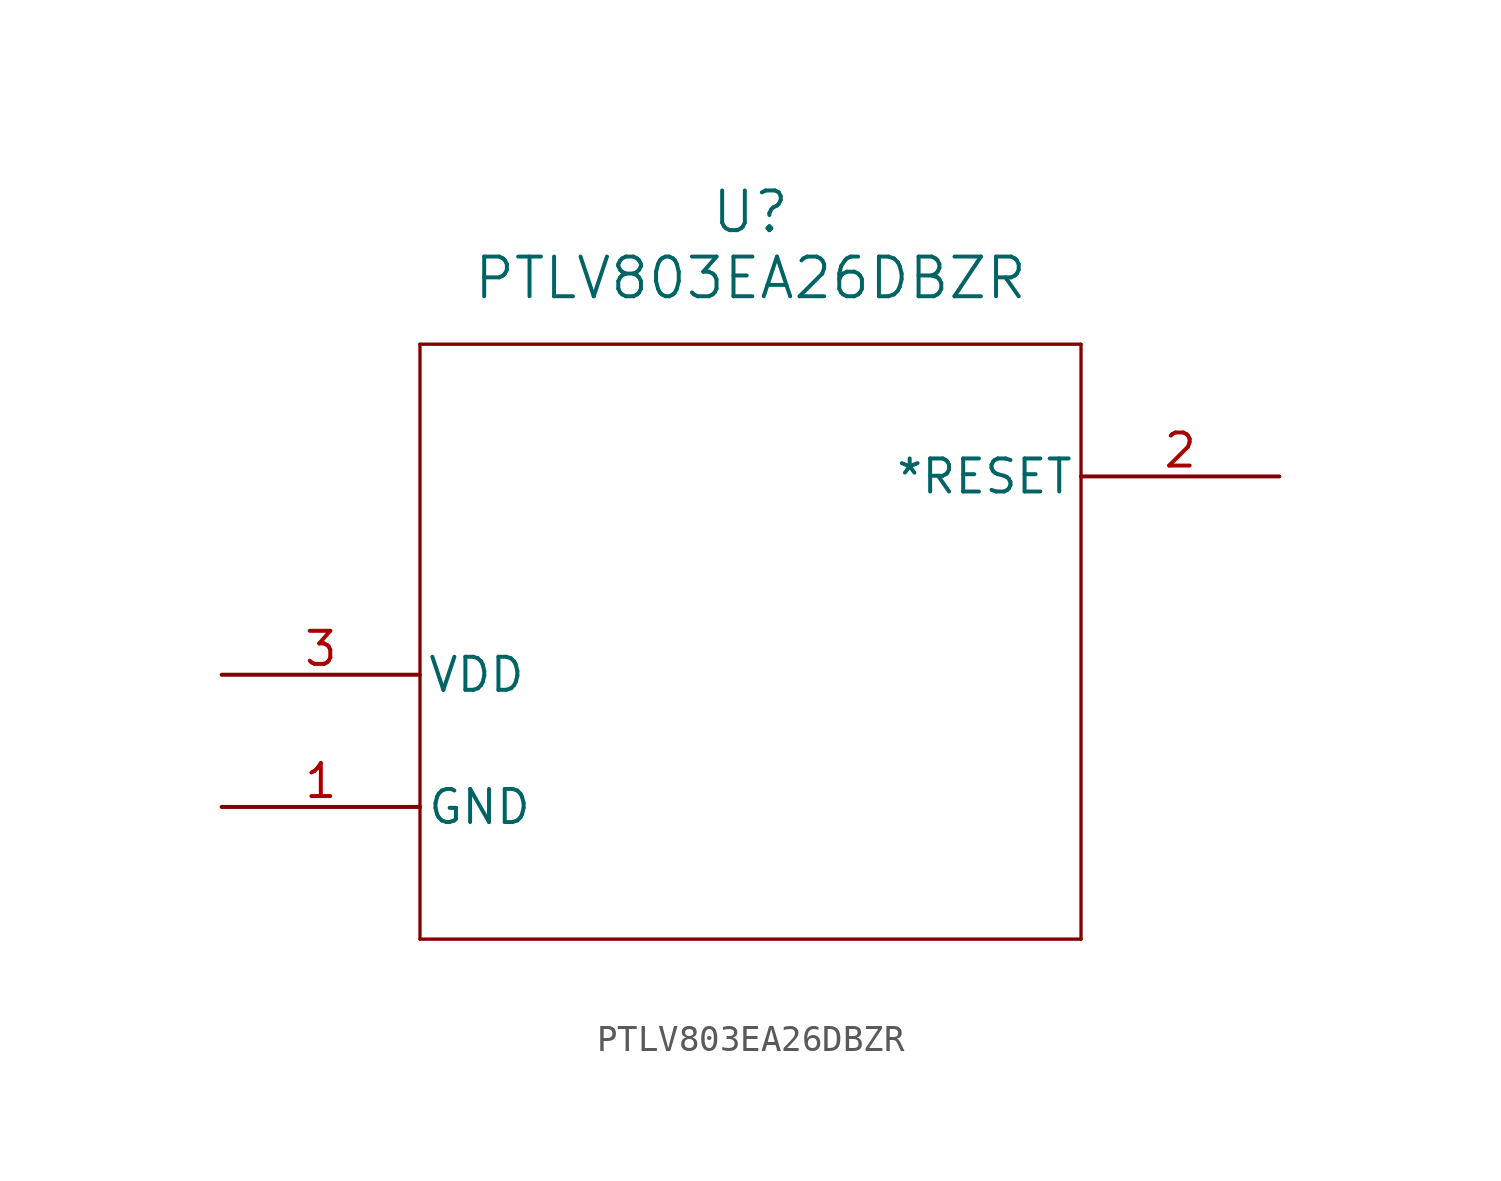
<source format=kicad_sym>
(kicad_symbol_lib
  (version 20211014)
  (generator kicad_symbol_editor)
  (symbol "PTLV803EA26DBZR"
    (pin_names
      (offset 0.254))
    (property "Reference" "U"
      (at 20.32 17.78 0)
      (effects (font (size 1.524 1.524))))
    (property "Value" "PTLV803EA26DBZR"
      (at 20.32 15.24 0)
      (effects (font (size 1.524 1.524))))
    (symbol "PTLV803EA26DBZR_0_1"
      (polyline (pts (xy 7.62 12.7) (xy 7.62 -10.16)) (stroke (width 0.127) (type default) (color 0 0 0 0)) (fill (type none)))
      (polyline (pts (xy 7.62 -10.16) (xy 33.02 -10.16)) (stroke (width 0.127) (type default) (color 0 0 0 0)) (fill (type none)))
      (polyline (pts (xy 33.02 -10.16) (xy 33.02 12.7)) (stroke (width 0.127) (type default) (color 0 0 0 0)) (fill (type none)))
      (polyline (pts (xy 33.02 12.7) (xy 7.62 12.7)) (stroke (width 0.127) (type default) (color 0 0 0 0)) (fill (type none)))
      (pin power_in line (at 0 -5.08 0) (length 7.62) (name "GND" (effects (font (size 1.27 1.27)))) (number "1" (effects (font (size 1.27 1.27)))))
      (pin output line (at 40.64 7.62 180) (length 7.62) (name "*RESET" (effects (font (size 1.27 1.27)))) (number "2" (effects (font (size 1.27 1.27)))))
      (pin input line (at 0 0 0) (length 7.62) (name "VDD" (effects (font (size 1.27 1.27)))) (number "3" (effects (font (size 1.27 1.27))))))))
</source>
